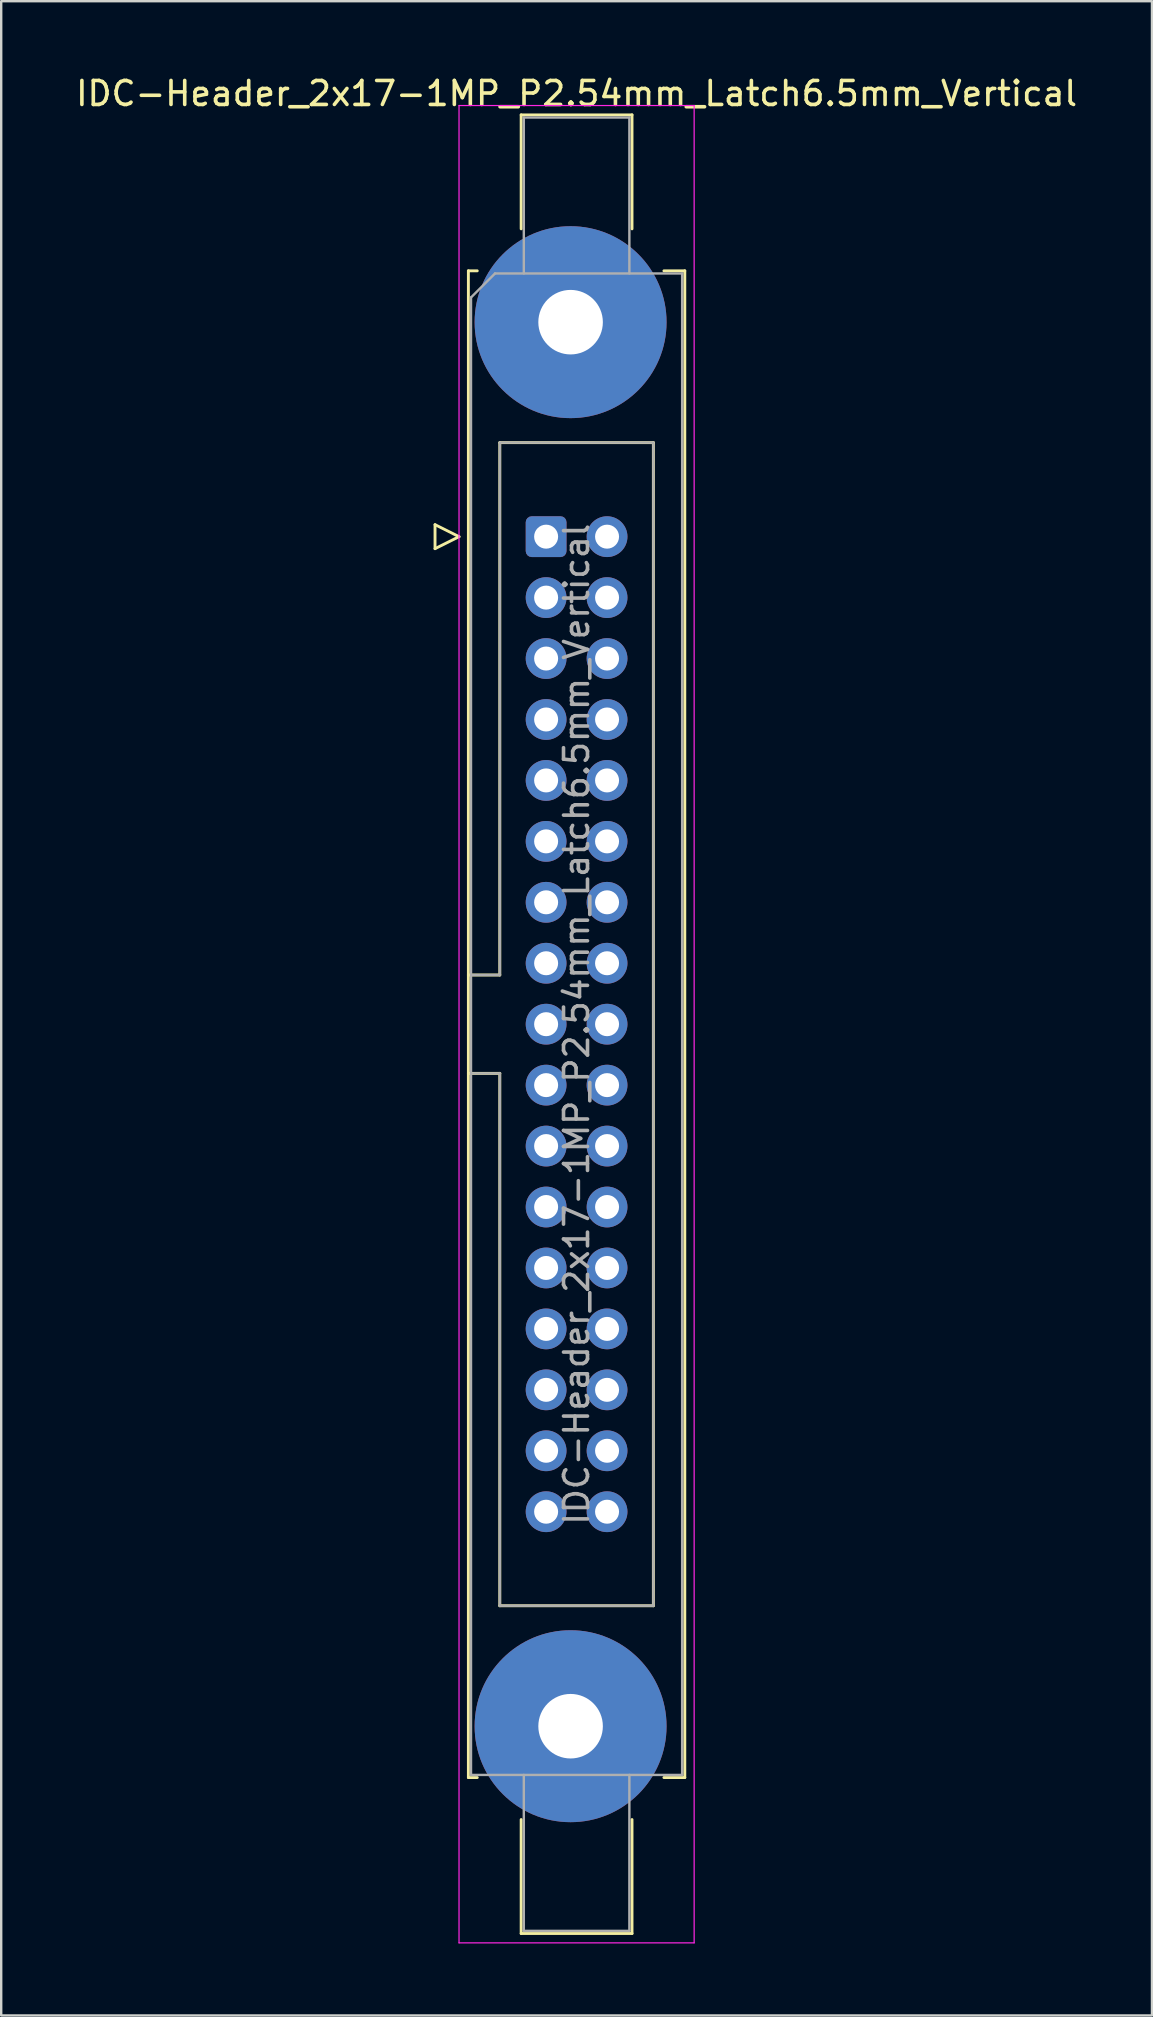
<source format=kicad_pcb>
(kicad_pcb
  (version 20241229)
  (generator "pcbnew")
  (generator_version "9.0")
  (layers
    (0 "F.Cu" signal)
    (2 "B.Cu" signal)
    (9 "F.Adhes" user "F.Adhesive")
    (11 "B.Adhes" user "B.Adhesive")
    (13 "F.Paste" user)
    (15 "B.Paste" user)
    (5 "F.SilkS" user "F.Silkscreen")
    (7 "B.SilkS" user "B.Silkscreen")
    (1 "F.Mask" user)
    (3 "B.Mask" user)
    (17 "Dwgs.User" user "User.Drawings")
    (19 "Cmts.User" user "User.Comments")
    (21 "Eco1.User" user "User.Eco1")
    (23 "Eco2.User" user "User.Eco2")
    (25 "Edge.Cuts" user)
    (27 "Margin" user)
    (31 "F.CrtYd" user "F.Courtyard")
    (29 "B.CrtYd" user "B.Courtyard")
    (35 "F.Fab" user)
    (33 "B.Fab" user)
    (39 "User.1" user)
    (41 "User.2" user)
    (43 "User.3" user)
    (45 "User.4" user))
  (footprint "IDC-Header_2x17-1MP_P2.54mm_Latch6.5mm_Vertical"
    (layer "F.Cu")
    (at 19.712 19.318)
    (property "Reference" "IDC-Header_2x17-1MP_P2.54mm_Latch6.5mm_Vertical" (at 1.27 -18.47 0) (layer "F.SilkS") (effects (font (size 1 1) (thickness 0.15))))
    (attr through_hole)
    (fp_line (start -4.63 -0.5) (end -4.63 0.5) (stroke (width 0.12) (type solid)) (layer "F.SilkS"))
    (fp_line (start -4.63 0.5) (end -3.63 0) (stroke (width 0.12) (type solid)) (layer "F.SilkS"))
    (fp_line (start -3.63 0) (end -4.63 -0.5) (stroke (width 0.12) (type solid)) (layer "F.SilkS"))
    (fp_line (start -3.24 -11.08) (end -3.24 51.72) (stroke (width 0.12) (type solid)) (layer "F.SilkS"))
    (fp_line (start -3.24 18.27) (end -1.93 18.27) (stroke (width 0.12) (type solid)) (layer "F.SilkS"))
    (fp_line (start -3.24 51.72) (end -2.87 51.72) (stroke (width 0.12) (type solid)) (layer "F.SilkS"))
    (fp_line (start -2.87 -11.08) (end -3.24 -11.08) (stroke (width 0.12) (type solid)) (layer "F.SilkS"))
    (fp_line (start -1.93 -3.92) (end 4.47 -3.92) (stroke (width 0.12) (type solid)) (layer "F.SilkS"))
    (fp_line (start -1.93 18.27) (end -1.93 -3.92) (stroke (width 0.12) (type solid)) (layer "F.SilkS"))
    (fp_line (start -1.93 22.37) (end -3.24 22.37) (stroke (width 0.12) (type solid)) (layer "F.SilkS"))
    (fp_line (start -1.93 44.56) (end -1.93 22.37) (stroke (width 0.12) (type solid)) (layer "F.SilkS"))
    (fp_line (start -1.04 -17.58) (end 3.58 -17.58) (stroke (width 0.12) (type solid)) (layer "F.SilkS"))
    (fp_line (start -1.04 -12.83) (end -1.04 -17.58) (stroke (width 0.12) (type solid)) (layer "F.SilkS"))
    (fp_line (start -1.04 53.47) (end -1.04 58.22) (stroke (width 0.12) (type solid)) (layer "F.SilkS"))
    (fp_line (start -1.04 58.22) (end 3.58 58.22) (stroke (width 0.12) (type solid)) (layer "F.SilkS"))
    (fp_line (start 3.58 -17.58) (end 3.58 -12.83) (stroke (width 0.12) (type solid)) (layer "F.SilkS"))
    (fp_line (start 3.58 58.22) (end 3.58 53.47) (stroke (width 0.12) (type solid)) (layer "F.SilkS"))
    (fp_line (start 4.47 -3.92) (end 4.47 44.56) (stroke (width 0.12) (type solid)) (layer "F.SilkS"))
    (fp_line (start 4.47 44.56) (end -1.93 44.56) (stroke (width 0.12) (type solid)) (layer "F.SilkS"))
    (fp_line (start 4.91 -11.08) (end 5.78 -11.08) (stroke (width 0.12) (type solid)) (layer "F.SilkS"))
    (fp_line (start 5.78 -11.08) (end 5.78 51.72) (stroke (width 0.12) (type solid)) (layer "F.SilkS"))
    (fp_line (start 5.78 51.72) (end 4.91 51.72) (stroke (width 0.12) (type solid)) (layer "F.SilkS"))
    (fp_line (start -3.63 -17.97) (end -3.63 58.61) (stroke (width 0.05) (type solid)) (layer "F.CrtYd"))
    (fp_line (start -3.63 58.61) (end 6.17 58.61) (stroke (width 0.05) (type solid)) (layer "F.CrtYd"))
    (fp_line (start 6.17 -17.97) (end -3.63 -17.97) (stroke (width 0.05) (type solid)) (layer "F.CrtYd"))
    (fp_line (start 6.17 58.61) (end 6.17 -17.97) (stroke (width 0.05) (type solid)) (layer "F.CrtYd"))
    (fp_line (start -3.13 -9.97) (end -2.13 -10.97) (stroke (width 0.1) (type solid)) (layer "F.Fab"))
    (fp_line (start -3.13 18.27) (end -1.93 18.27) (stroke (width 0.1) (type solid)) (layer "F.Fab"))
    (fp_line (start -3.13 51.61) (end -3.13 -9.97) (stroke (width 0.1) (type solid)) (layer "F.Fab"))
    (fp_line (start -2.13 -10.97) (end 5.67 -10.97) (stroke (width 0.1) (type solid)) (layer "F.Fab"))
    (fp_line (start -1.93 -3.92) (end 4.47 -3.92) (stroke (width 0.1) (type solid)) (layer "F.Fab"))
    (fp_line (start -1.93 18.27) (end -1.93 -3.92) (stroke (width 0.1) (type solid)) (layer "F.Fab"))
    (fp_line (start -1.93 22.37) (end -3.13 22.37) (stroke (width 0.1) (type solid)) (layer "F.Fab"))
    (fp_line (start -1.93 44.56) (end -1.93 22.37) (stroke (width 0.1) (type solid)) (layer "F.Fab"))
    (fp_line (start -0.93 -17.47) (end 3.47 -17.47) (stroke (width 0.1) (type solid)) (layer "F.Fab"))
    (fp_line (start -0.93 -10.97) (end -0.93 -17.47) (stroke (width 0.1) (type solid)) (layer "F.Fab"))
    (fp_line (start -0.93 51.61) (end -0.93 58.11) (stroke (width 0.1) (type solid)) (layer "F.Fab"))
    (fp_line (start -0.93 58.11) (end 3.47 58.11) (stroke (width 0.1) (type solid)) (layer "F.Fab"))
    (fp_line (start 3.47 -17.47) (end 3.47 -10.97) (stroke (width 0.1) (type solid)) (layer "F.Fab"))
    (fp_line (start 3.47 58.11) (end 3.47 51.61) (stroke (width 0.1) (type solid)) (layer "F.Fab"))
    (fp_line (start 4.47 -3.92) (end 4.47 44.56) (stroke (width 0.1) (type solid)) (layer "F.Fab"))
    (fp_line (start 4.47 44.56) (end -1.93 44.56) (stroke (width 0.1) (type solid)) (layer "F.Fab"))
    (fp_line (start 5.67 -10.97) (end 5.67 51.61) (stroke (width 0.1) (type solid)) (layer "F.Fab"))
    (fp_line (start 5.67 51.61) (end -3.13 51.61) (stroke (width 0.1) (type solid)) (layer "F.Fab"))
    (fp_text user "${REFERENCE}" (at 1.27 20.32 90) (layer "F.Fab") (effects (font (size 1 1) (thickness 0.15))))
    (pad "1" thru_hole roundrect (at 0 0) (size 1.7 1.7) (drill 1) (layers "*.Cu" "*.Mask") (roundrect_rratio 0.147))
    (pad "2" thru_hole circle (at 2.54 0) (size 1.7 1.7) (drill 1) (layers "*.Cu" "*.Mask"))
    (pad "3" thru_hole circle (at 0 2.54) (size 1.7 1.7) (drill 1) (layers "*.Cu" "*.Mask"))
    (pad "4" thru_hole circle (at 2.54 2.54) (size 1.7 1.7) (drill 1) (layers "*.Cu" "*.Mask"))
    (pad "5" thru_hole circle (at 0 5.08) (size 1.7 1.7) (drill 1) (layers "*.Cu" "*.Mask"))
    (pad "6" thru_hole circle (at 2.54 5.08) (size 1.7 1.7) (drill 1) (layers "*.Cu" "*.Mask"))
    (pad "7" thru_hole circle (at 0 7.62) (size 1.7 1.7) (drill 1) (layers "*.Cu" "*.Mask"))
    (pad "8" thru_hole circle (at 2.54 7.62) (size 1.7 1.7) (drill 1) (layers "*.Cu" "*.Mask"))
    (pad "9" thru_hole circle (at 0 10.16) (size 1.7 1.7) (drill 1) (layers "*.Cu" "*.Mask"))
    (pad "10" thru_hole circle (at 2.54 10.16) (size 1.7 1.7) (drill 1) (layers "*.Cu" "*.Mask"))
    (pad "11" thru_hole circle (at 0 12.7) (size 1.7 1.7) (drill 1) (layers "*.Cu" "*.Mask"))
    (pad "12" thru_hole circle (at 2.54 12.7) (size 1.7 1.7) (drill 1) (layers "*.Cu" "*.Mask"))
    (pad "13" thru_hole circle (at 0 15.24) (size 1.7 1.7) (drill 1) (layers "*.Cu" "*.Mask"))
    (pad "14" thru_hole circle (at 2.54 15.24) (size 1.7 1.7) (drill 1) (layers "*.Cu" "*.Mask"))
    (pad "15" thru_hole circle (at 0 17.78) (size 1.7 1.7) (drill 1) (layers "*.Cu" "*.Mask"))
    (pad "16" thru_hole circle (at 2.54 17.78) (size 1.7 1.7) (drill 1) (layers "*.Cu" "*.Mask"))
    (pad "17" thru_hole circle (at 0 20.32) (size 1.7 1.7) (drill 1) (layers "*.Cu" "*.Mask"))
    (pad "18" thru_hole circle (at 2.54 20.32) (size 1.7 1.7) (drill 1) (layers "*.Cu" "*.Mask"))
    (pad "19" thru_hole circle (at 0 22.86) (size 1.7 1.7) (drill 1) (layers "*.Cu" "*.Mask"))
    (pad "20" thru_hole circle (at 2.54 22.86) (size 1.7 1.7) (drill 1) (layers "*.Cu" "*.Mask"))
    (pad "21" thru_hole circle (at 0 25.4) (size 1.7 1.7) (drill 1) (layers "*.Cu" "*.Mask"))
    (pad "22" thru_hole circle (at 2.54 25.4) (size 1.7 1.7) (drill 1) (layers "*.Cu" "*.Mask"))
    (pad "23" thru_hole circle (at 0 27.94) (size 1.7 1.7) (drill 1) (layers "*.Cu" "*.Mask"))
    (pad "24" thru_hole circle (at 2.54 27.94) (size 1.7 1.7) (drill 1) (layers "*.Cu" "*.Mask"))
    (pad "25" thru_hole circle (at 0 30.48) (size 1.7 1.7) (drill 1) (layers "*.Cu" "*.Mask"))
    (pad "26" thru_hole circle (at 2.54 30.48) (size 1.7 1.7) (drill 1) (layers "*.Cu" "*.Mask"))
    (pad "27" thru_hole circle (at 0 33.02) (size 1.7 1.7) (drill 1) (layers "*.Cu" "*.Mask"))
    (pad "28" thru_hole circle (at 2.54 33.02) (size 1.7 1.7) (drill 1) (layers "*.Cu" "*.Mask"))
    (pad "29" thru_hole circle (at 0 35.56) (size 1.7 1.7) (drill 1) (layers "*.Cu" "*.Mask"))
    (pad "30" thru_hole circle (at 2.54 35.56) (size 1.7 1.7) (drill 1) (layers "*.Cu" "*.Mask"))
    (pad "31" thru_hole circle (at 0 38.1) (size 1.7 1.7) (drill 1) (layers "*.Cu" "*.Mask"))
    (pad "32" thru_hole circle (at 2.54 38.1) (size 1.7 1.7) (drill 1) (layers "*.Cu" "*.Mask"))
    (pad "33" thru_hole circle (at 0 40.64) (size 1.7 1.7) (drill 1) (layers "*.Cu" "*.Mask"))
    (pad "34" thru_hole circle (at 2.54 40.64) (size 1.7 1.7) (drill 1) (layers "*.Cu" "*.Mask"))
    (pad "MP" thru_hole circle (at 1.02 -8.94) (size 8 8) (drill 2.69) (layers "*.Cu" "*.Mask"))
    (pad "MP" thru_hole circle (at 1.02 49.58) (size 8 8) (drill 2.69) (layers "*.Cu" "*.Mask")))
  (gr_rect
    (start -3 -3)
    (end 44.964 80.953)
    (stroke (width 0.1) (type default))
    (fill no)
    (layer "Edge.Cuts")))
</source>
